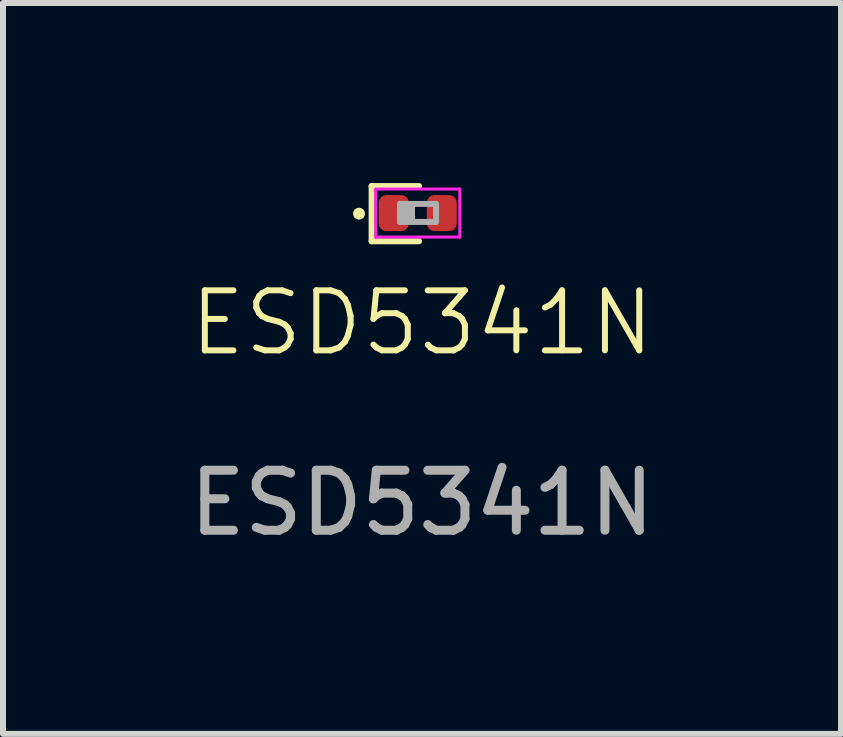
<source format=kicad_pcb>
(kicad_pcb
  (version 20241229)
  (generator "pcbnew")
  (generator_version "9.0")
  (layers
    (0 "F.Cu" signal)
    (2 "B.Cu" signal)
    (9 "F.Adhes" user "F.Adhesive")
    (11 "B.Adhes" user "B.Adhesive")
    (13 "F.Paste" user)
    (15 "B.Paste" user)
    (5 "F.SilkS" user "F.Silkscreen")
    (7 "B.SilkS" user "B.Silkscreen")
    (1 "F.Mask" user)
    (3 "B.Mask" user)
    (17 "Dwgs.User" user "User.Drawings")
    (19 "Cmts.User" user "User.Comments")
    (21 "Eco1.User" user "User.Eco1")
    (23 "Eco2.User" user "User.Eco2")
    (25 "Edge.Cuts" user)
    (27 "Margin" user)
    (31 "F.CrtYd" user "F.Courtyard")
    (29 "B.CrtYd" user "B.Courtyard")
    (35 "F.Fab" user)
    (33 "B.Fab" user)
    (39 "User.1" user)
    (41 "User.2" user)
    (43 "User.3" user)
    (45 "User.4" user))
  (footprint "ESD5341N"
    (layer "F.Cu")
    (at 3.982 2.83)
    (property "Reference" "ESD5341N" (at 0 -0.5 0) (unlocked yes) (layer "F.SilkS") (effects (font (size 1 1) (thickness 0.1))))
    (attr smd)
    (fp_line (start -0.84 -2.78) (end -0.84 -1.86) (stroke (width 0.1) (type default)) (layer "F.SilkS"))
    (fp_line (start -0.84 -2.78) (end -0.05 -2.78) (stroke (width 0.1) (type default)) (layer "F.SilkS"))
    (fp_line (start -0.84 -1.86) (end -0.05 -1.86) (stroke (width 0.1) (type default)) (layer "F.SilkS"))
    (fp_circle (center -1.05 -2.32) (end -1 -2.32) (stroke (width 0.1) (type solid)) (fill no) (layer "F.SilkS"))
    (fp_line (start -0.771 -2.73) (end 0.629 -2.73) (stroke (width 0.05) (type solid)) (layer "F.CrtYd"))
    (fp_line (start -0.771 -1.93) (end -0.773 -2.73) (stroke (width 0.05) (type solid)) (layer "F.CrtYd"))
    (fp_line (start 0.628 -2.73) (end 0.63 -1.93) (stroke (width 0.05) (type solid)) (layer "F.CrtYd"))
    (fp_line (start 0.63 -1.93) (end -0.771 -1.93) (stroke (width 0.05) (type solid)) (layer "F.CrtYd"))
    (fp_line (start -0.367 -2.482) (end 0.233 -2.482) (stroke (width 0.1) (type solid)) (layer "F.Fab"))
    (fp_line (start -0.367 -2.182) (end -0.367 -2.482) (stroke (width 0.1) (type solid)) (layer "F.Fab"))
    (fp_line (start -0.267 -2.182) (end -0.267 -2.482) (stroke (width 0.1) (type solid)) (layer "F.Fab"))
    (fp_line (start -0.167 -2.182) (end -0.167 -2.482) (stroke (width 0.1) (type solid)) (layer "F.Fab"))
    (fp_line (start 0.233 -2.482) (end 0.233 -2.182) (stroke (width 0.1) (type solid)) (layer "F.Fab"))
    (fp_line (start 0.233 -2.182) (end -0.367 -2.182) (stroke (width 0.1) (type solid)) (layer "F.Fab"))
    (fp_text user "${REFERENCE}" (at 0 2.5 0) (unlocked yes) (layer "F.Fab") (effects (font (size 1 1) (thickness 0.15))))
    (pad "" smd roundrect (at -0.471 -2.33) (size 0.5 0.6) (layers "F.Paste") (roundrect_rratio 0.25))
    (pad "" smd roundrect (at 0.329 -2.33) (size 0.5 0.6) (layers "F.Paste") (roundrect_rratio 0.25))
    (pad "1" smd roundrect (at -0.471 -2.33) (size 0.5 0.6) (layers "F.Cu" "F.Mask") (roundrect_rratio 0.25))
    (pad "2" smd roundrect (at 0.329 -2.33) (size 0.5 0.6) (layers "F.Cu" "F.Mask") (roundrect_rratio 0.25)))
  (gr_rect
    (start -3 -3)
    (end 10.964 9.178)
    (stroke (width 0.1) (type default))
    (fill no)
    (layer "Edge.Cuts")))
</source>
